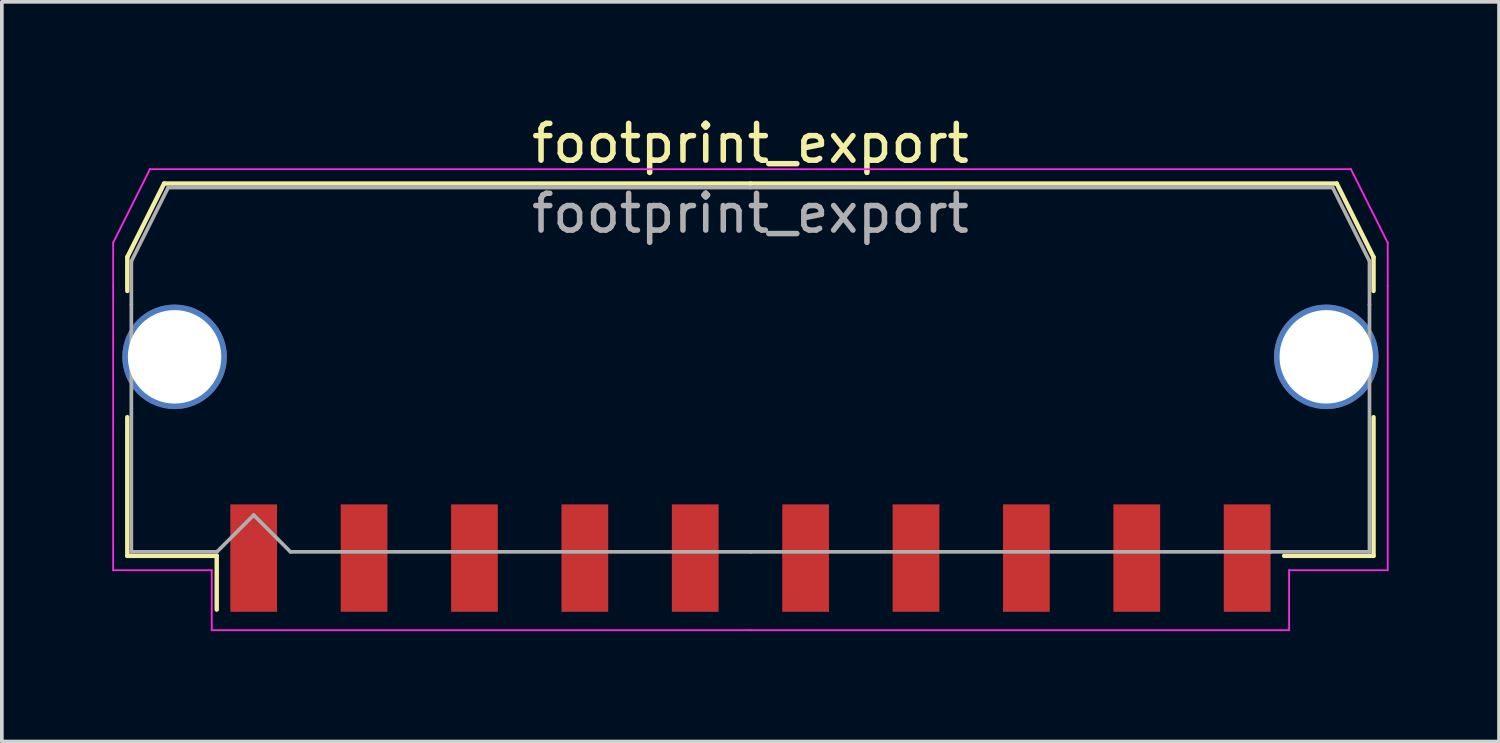
<source format=kicad_pcb>
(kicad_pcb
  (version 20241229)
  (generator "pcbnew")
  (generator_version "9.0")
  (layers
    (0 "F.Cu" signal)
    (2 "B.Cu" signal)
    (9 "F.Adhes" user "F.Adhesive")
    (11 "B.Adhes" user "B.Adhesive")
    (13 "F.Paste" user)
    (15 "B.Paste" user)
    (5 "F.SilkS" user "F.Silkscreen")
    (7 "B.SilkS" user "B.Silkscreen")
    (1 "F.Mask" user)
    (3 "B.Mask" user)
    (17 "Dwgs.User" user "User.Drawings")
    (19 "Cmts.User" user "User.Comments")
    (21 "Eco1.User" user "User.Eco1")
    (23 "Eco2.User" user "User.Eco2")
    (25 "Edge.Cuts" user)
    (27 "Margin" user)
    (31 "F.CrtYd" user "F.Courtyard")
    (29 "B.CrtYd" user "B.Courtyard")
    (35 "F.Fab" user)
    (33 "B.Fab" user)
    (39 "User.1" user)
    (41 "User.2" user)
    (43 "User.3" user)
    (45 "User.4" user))
  (footprint "footprint_export"
    (layer "F.Cu")
    (at 17.345 6.998)
    (property "Reference" "footprint_export" (at 0 -6.15 0) (layer "F.SilkS") (effects (font (size 1 1) (thickness 0.15))))
    (attr smd)
    (fp_line (start -16.935 -3.06) (end -16.935 -2.14) (stroke (width 0.12) (type solid)) (layer "F.SilkS"))
    (fp_line (start -16.935 1.29) (end -16.935 5.06) (stroke (width 0.12) (type solid)) (layer "F.SilkS"))
    (fp_line (start -16.935 5.06) (end -14.505 5.06) (stroke (width 0.12) (type solid)) (layer "F.SilkS"))
    (fp_line (start -15.935 -5.06) (end -16.935 -3.06) (stroke (width 0.12) (type solid)) (layer "F.SilkS"))
    (fp_line (start -14.505 5.06) (end -14.505 6.52) (stroke (width 0.12) (type solid)) (layer "F.SilkS"))
    (fp_line (start 0 -5.06) (end -15.935 -5.06) (stroke (width 0.12) (type solid)) (layer "F.SilkS"))
    (fp_line (start 0 -5.06) (end 15.935 -5.06) (stroke (width 0.12) (type solid)) (layer "F.SilkS"))
    (fp_line (start 15.935 -5.06) (end 16.935 -3.06) (stroke (width 0.12) (type solid)) (layer "F.SilkS"))
    (fp_line (start 16.935 -3.06) (end 16.935 -2.14) (stroke (width 0.12) (type solid)) (layer "F.SilkS"))
    (fp_line (start 16.935 1.29) (end 16.935 5.06) (stroke (width 0.12) (type solid)) (layer "F.SilkS"))
    (fp_line (start 16.935 5.06) (end 14.505 5.06) (stroke (width 0.12) (type solid)) (layer "F.SilkS"))
    (fp_line (start -17.32 -3.45) (end -17.32 -2.27) (stroke (width 0.05) (type solid)) (layer "F.CrtYd"))
    (fp_line (start -17.32 -2.27) (end -17.32 5.45) (stroke (width 0.05) (type solid)) (layer "F.CrtYd"))
    (fp_line (start -17.32 5.45) (end -14.64 5.45) (stroke (width 0.05) (type solid)) (layer "F.CrtYd"))
    (fp_line (start -16.32 -5.45) (end -17.32 -3.45) (stroke (width 0.05) (type solid)) (layer "F.CrtYd"))
    (fp_line (start -14.64 5.45) (end -14.64 7.08) (stroke (width 0.05) (type solid)) (layer "F.CrtYd"))
    (fp_line (start -14.64 7.08) (end 0 7.08) (stroke (width 0.05) (type solid)) (layer "F.CrtYd"))
    (fp_line (start 0 -5.45) (end -16.32 -5.45) (stroke (width 0.05) (type solid)) (layer "F.CrtYd"))
    (fp_line (start 0 -5.45) (end 16.32 -5.45) (stroke (width 0.05) (type solid)) (layer "F.CrtYd"))
    (fp_line (start 14.64 5.45) (end 14.64 7.08) (stroke (width 0.05) (type solid)) (layer "F.CrtYd"))
    (fp_line (start 14.64 7.08) (end 0 7.08) (stroke (width 0.05) (type solid)) (layer "F.CrtYd"))
    (fp_line (start 16.32 -5.45) (end 17.32 -3.45) (stroke (width 0.05) (type solid)) (layer "F.CrtYd"))
    (fp_line (start 17.32 -3.45) (end 17.32 -2.27) (stroke (width 0.05) (type solid)) (layer "F.CrtYd"))
    (fp_line (start 17.32 -2.27) (end 17.32 5.45) (stroke (width 0.05) (type solid)) (layer "F.CrtYd"))
    (fp_line (start 17.32 5.45) (end 14.64 5.45) (stroke (width 0.05) (type solid)) (layer "F.CrtYd"))
    (fp_line (start -16.825 -2.95) (end -16.825 -1.77) (stroke (width 0.1) (type solid)) (layer "F.Fab"))
    (fp_line (start -16.825 -1.77) (end -16.825 4.95) (stroke (width 0.1) (type solid)) (layer "F.Fab"))
    (fp_line (start -16.825 4.95) (end -14.5 4.95) (stroke (width 0.1) (type solid)) (layer "F.Fab"))
    (fp_line (start -15.825 -4.95) (end -16.825 -2.95) (stroke (width 0.1) (type solid)) (layer "F.Fab"))
    (fp_line (start -14.5 4.95) (end -13.5 3.95) (stroke (width 0.1) (type solid)) (layer "F.Fab"))
    (fp_line (start -13.5 3.95) (end -12.5 4.95) (stroke (width 0.1) (type solid)) (layer "F.Fab"))
    (fp_line (start -12.5 4.95) (end 0 4.95) (stroke (width 0.1) (type solid)) (layer "F.Fab"))
    (fp_line (start 0 -4.95) (end -15.825 -4.95) (stroke (width 0.1) (type solid)) (layer "F.Fab"))
    (fp_line (start 0 -4.95) (end 15.825 -4.95) (stroke (width 0.1) (type solid)) (layer "F.Fab"))
    (fp_line (start 14.135 4.95) (end 0 4.95) (stroke (width 0.1) (type solid)) (layer "F.Fab"))
    (fp_line (start 15.825 -4.95) (end 16.825 -2.95) (stroke (width 0.1) (type solid)) (layer "F.Fab"))
    (fp_line (start 16.825 -2.95) (end 16.825 -1.77) (stroke (width 0.1) (type solid)) (layer "F.Fab"))
    (fp_line (start 16.825 -1.77) (end 16.825 4.95) (stroke (width 0.1) (type solid)) (layer "F.Fab"))
    (fp_line (start 16.825 4.95) (end 14.135 4.95) (stroke (width 0.1) (type solid)) (layer "F.Fab"))
    (fp_text user "${REFERENCE}" (at 0 -4.25 0) (layer "F.Fab") (effects (font (size 1 1) (thickness 0.15))))
    (pad "1" smd rect (at -13.5 5.12) (size 1.27 2.92) (layers "F.Cu" "F.Mask" "F.Paste"))
    (pad "2" smd rect (at -10.5 5.12) (size 1.27 2.92) (layers "F.Cu" "F.Mask" "F.Paste"))
    (pad "3" smd rect (at -7.5 5.12) (size 1.27 2.92) (layers "F.Cu" "F.Mask" "F.Paste"))
    (pad "4" smd rect (at -4.5 5.12) (size 1.27 2.92) (layers "F.Cu" "F.Mask" "F.Paste"))
    (pad "5" smd rect (at -1.5 5.12) (size 1.27 2.92) (layers "F.Cu" "F.Mask" "F.Paste"))
    (pad "6" smd rect (at 1.5 5.12) (size 1.27 2.92) (layers "F.Cu" "F.Mask" "F.Paste"))
    (pad "7" smd rect (at 4.5 5.12) (size 1.27 2.92) (layers "F.Cu" "F.Mask" "F.Paste"))
    (pad "8" smd rect (at 7.5 5.12) (size 1.27 2.92) (layers "F.Cu" "F.Mask" "F.Paste"))
    (pad "9" smd rect (at 10.5 5.12) (size 1.27 2.92) (layers "F.Cu" "F.Mask" "F.Paste"))
    (pad "10" smd rect (at 13.5 5.12) (size 1.27 2.92) (layers "F.Cu" "F.Mask" "F.Paste"))
    (pad "MP" thru_hole circle (at -15.65 -0.35) (size 2.84 2.84) (drill 2.54) (layers "*.Cu" "*.Mask"))
    (pad "MP" thru_hole circle (at 15.65 -0.35) (size 2.84 2.84) (drill 2.54) (layers "*.Cu" "*.Mask")))
  (gr_rect
    (start -3 -3)
    (end 37.69 17.103)
    (stroke (width 0.1) (type default))
    (fill no)
    (layer "Edge.Cuts")))
</source>
